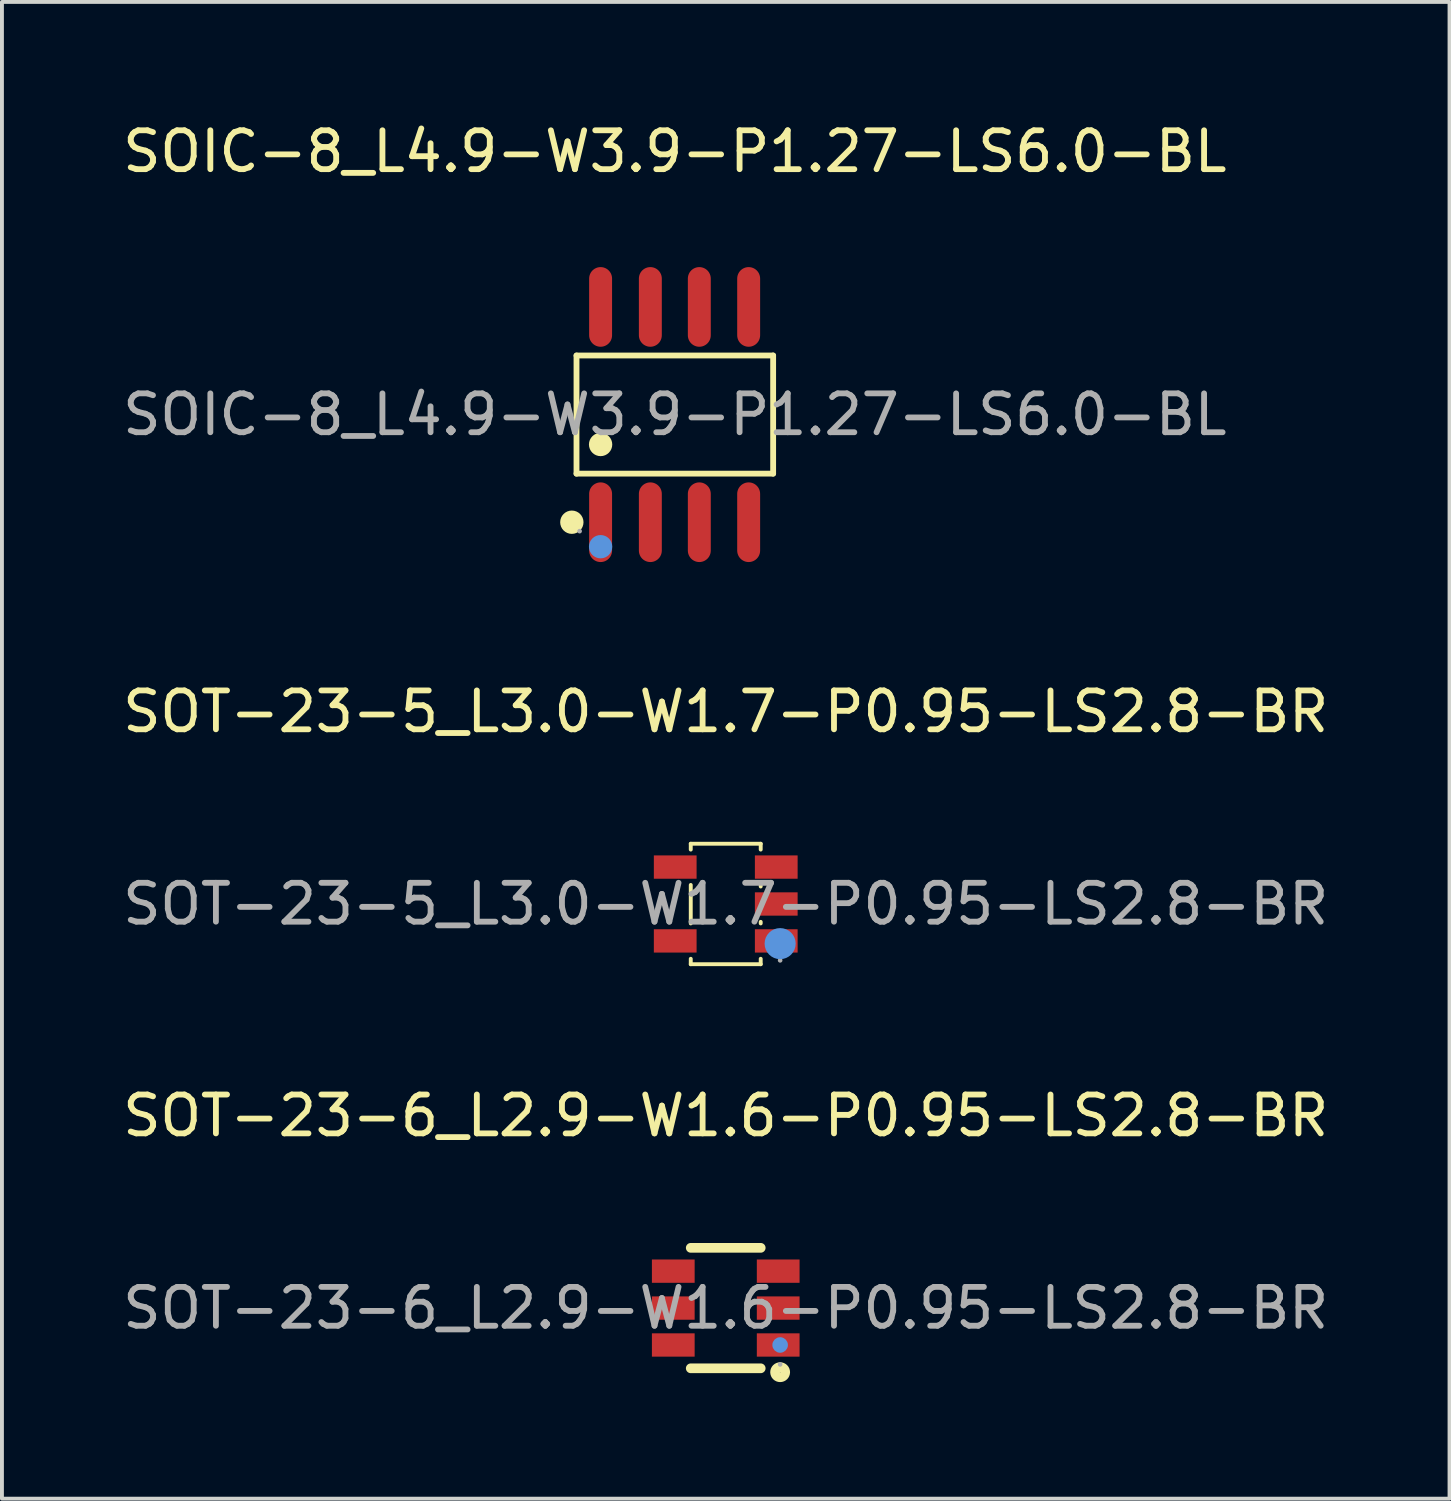
<source format=kicad_pcb>
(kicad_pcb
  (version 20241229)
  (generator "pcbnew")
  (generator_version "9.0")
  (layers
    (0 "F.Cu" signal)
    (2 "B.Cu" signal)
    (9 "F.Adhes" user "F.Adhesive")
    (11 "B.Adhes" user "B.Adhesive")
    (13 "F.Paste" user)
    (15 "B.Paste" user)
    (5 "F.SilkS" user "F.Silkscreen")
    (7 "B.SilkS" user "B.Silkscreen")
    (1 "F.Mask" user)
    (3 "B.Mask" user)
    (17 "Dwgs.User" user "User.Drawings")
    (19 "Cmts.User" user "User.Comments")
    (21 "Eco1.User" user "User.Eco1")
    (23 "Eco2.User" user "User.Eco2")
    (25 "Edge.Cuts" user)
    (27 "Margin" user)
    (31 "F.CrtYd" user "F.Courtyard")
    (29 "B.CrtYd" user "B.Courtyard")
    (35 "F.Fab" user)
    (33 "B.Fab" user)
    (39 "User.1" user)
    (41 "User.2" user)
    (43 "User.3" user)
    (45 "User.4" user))
  (footprint "SOT-23-6_L2.9-W1.6-P0.95-LS2.8-BR"
    (layer "F.Cu")
    (at 15.625 30.61)
    (property "Reference" "SOT-23-6_L2.9-W1.6-P0.95-LS2.8-BR" (at 0 -4.95 0) (layer "F.SilkS") (effects (font (size 1 1) (thickness 0.15))))
    (attr smd)
    (fp_line (start -0.9 -1.55) (end 0.9 -1.55) (stroke (width 0.25) (type solid)) (layer "F.SilkS"))
    (fp_line (start -0.9 1.55) (end 0.9 1.55) (stroke (width 0.25) (type solid)) (layer "F.SilkS"))
    (fp_circle (center 1.4 1.65) (end 1.53 1.65) (stroke (width 0.25) (type solid)) (fill no) (layer "F.SilkS"))
    (fp_circle (center 1.4 0.95) (end 1.5 0.95) (stroke (width 0.2) (type solid)) (fill no) (layer "Cmts.User"))
    (fp_circle (center 1.4 1.45) (end 1.43 1.45) (stroke (width 0.06) (type solid)) (fill no) (layer "F.Fab"))
    (fp_text user "${REFERENCE}" (at 0 0 0) (layer "F.Fab") (effects (font (size 1 1) (thickness 0.15))))
    (pad "1" smd rect (at 1.35 0.95) (size 1.1 0.6) (layers "F.Cu" "F.Mask" "F.Paste"))
    (pad "2" smd rect (at 1.35 0) (size 1.1 0.6) (layers "F.Cu" "F.Mask" "F.Paste"))
    (pad "3" smd rect (at 1.35 -0.95) (size 1.1 0.6) (layers "F.Cu" "F.Mask" "F.Paste"))
    (pad "4" smd rect (at -1.35 -0.95) (size 1.1 0.6) (layers "F.Cu" "F.Mask" "F.Paste"))
    (pad "5" smd rect (at -1.35 0) (size 1.1 0.6) (layers "F.Cu" "F.Mask" "F.Paste"))
    (pad "6" smd rect (at -1.35 0.95) (size 1.1 0.6) (layers "F.Cu" "F.Mask" "F.Paste")))
  (footprint "SOT-23-5_L3.0-W1.7-P0.95-LS2.8-BR"
    (layer "F.Cu")
    (at 15.625 20.212)
    (property "Reference" "SOT-23-5_L3.0-W1.7-P0.95-LS2.8-BR" (at 0 -4.95 0) (layer "F.SilkS") (effects (font (size 1 1) (thickness 0.15))))
    (attr smd)
    (fp_line (start -0.9 -1.55) (end -0.9 -1.4) (stroke (width 0.1) (type solid)) (layer "F.SilkS"))
    (fp_line (start -0.9 -1.55) (end 0.9 -1.55) (stroke (width 0.1) (type solid)) (layer "F.SilkS"))
    (fp_line (start -0.9 -0.49) (end -0.9 0.5) (stroke (width 0.1) (type solid)) (layer "F.SilkS"))
    (fp_line (start -0.9 1.41) (end -0.9 1.55) (stroke (width 0.1) (type solid)) (layer "F.SilkS"))
    (fp_line (start -0.9 1.55) (end 0.9 1.55) (stroke (width 0.1) (type solid)) (layer "F.SilkS"))
    (fp_line (start 0.9 -1.55) (end 0.9 -1.4) (stroke (width 0.1) (type solid)) (layer "F.SilkS"))
    (fp_line (start 0.9 -0.49) (end 0.9 -0.45) (stroke (width 0.1) (type solid)) (layer "F.SilkS"))
    (fp_line (start 0.9 0.46) (end 0.9 0.5) (stroke (width 0.1) (type solid)) (layer "F.SilkS"))
    (fp_line (start 0.9 1.41) (end 0.9 1.55) (stroke (width 0.1) (type solid)) (layer "F.SilkS"))
    (fp_circle (center 1.4 1.02) (end 1.6 1.02) (stroke (width 0.4) (type solid)) (fill no) (layer "Cmts.User"))
    (fp_circle (center 1.4 1.45) (end 1.43 1.45) (stroke (width 0.06) (type solid)) (fill no) (layer "F.Fab"))
    (fp_text user "${REFERENCE}" (at 0 0 0) (layer "F.Fab") (effects (font (size 1 1) (thickness 0.15))))
    (pad "1" smd rect (at 1.3 0.95) (size 1.1 0.6) (layers "F.Cu" "F.Mask" "F.Paste"))
    (pad "2" smd rect (at 1.3 0) (size 1.1 0.6) (layers "F.Cu" "F.Mask" "F.Paste"))
    (pad "3" smd rect (at 1.3 -0.95) (size 1.1 0.6) (layers "F.Cu" "F.Mask" "F.Paste"))
    (pad "4" smd rect (at -1.3 -0.95) (size 1.1 0.6) (layers "F.Cu" "F.Mask" "F.Paste"))
    (pad "5" smd rect (at -1.3 0.95) (size 1.1 0.6) (layers "F.Cu" "F.Mask" "F.Paste")))
  (footprint "SOIC-8_L4.9-W3.9-P1.27-LS6.0-BL"
    (layer "F.Cu")
    (at 14.315 7.618)
    (property "Reference" "SOIC-8_L4.9-W3.9-P1.27-LS6.0-BL" (at 0 -6.77 0) (layer "F.SilkS") (effects (font (size 1 1) (thickness 0.15))))
    (attr smd)
    (fp_line (start -2.53 -1.52) (end 2.53 -1.52) (stroke (width 0.15) (type solid)) (layer "F.SilkS"))
    (fp_line (start -2.53 1.52) (end -2.53 -1.52) (stroke (width 0.15) (type solid)) (layer "F.SilkS"))
    (fp_line (start 2.53 -1.52) (end 2.53 1.52) (stroke (width 0.15) (type solid)) (layer "F.SilkS"))
    (fp_line (start 2.53 1.52) (end -2.53 1.52) (stroke (width 0.15) (type solid)) (layer "F.SilkS"))
    (fp_circle (center -2.65 2.77) (end -2.5 2.77) (stroke (width 0.3) (type solid)) (fill no) (layer "F.SilkS"))
    (fp_circle (center -1.91 0.77) (end -1.76 0.77) (stroke (width 0.3) (type solid)) (fill no) (layer "F.SilkS"))
    (fp_circle (center -1.91 3.4) (end -1.76 3.4) (stroke (width 0.3) (type solid)) (fill no) (layer "Cmts.User"))
    (fp_circle (center -2.45 3) (end -2.42 3) (stroke (width 0.06) (type solid)) (fill no) (layer "F.Fab"))
    (fp_text user "${REFERENCE}" (at 0 0 0) (layer "F.Fab") (effects (font (size 1 1) (thickness 0.15))))
    (pad "1" smd oval (at -1.91 2.77) (size 0.59 2.05) (layers "F.Cu" "F.Mask" "F.Paste"))
    (pad "2" smd oval (at -0.63 2.77) (size 0.59 2.05) (layers "F.Cu" "F.Mask" "F.Paste"))
    (pad "3" smd oval (at 0.63 2.77) (size 0.59 2.05) (layers "F.Cu" "F.Mask" "F.Paste"))
    (pad "4" smd oval (at 1.9 2.77) (size 0.59 2.05) (layers "F.Cu" "F.Mask" "F.Paste"))
    (pad "5" smd oval (at 1.9 -2.77) (size 0.59 2.05) (layers "F.Cu" "F.Mask" "F.Paste"))
    (pad "6" smd oval (at 0.63 -2.77) (size 0.59 2.05) (layers "F.Cu" "F.Mask" "F.Paste"))
    (pad "7" smd oval (at -0.63 -2.77) (size 0.59 2.05) (layers "F.Cu" "F.Mask" "F.Paste"))
    (pad "8" smd oval (at -1.91 -2.77) (size 0.59 2.05) (layers "F.Cu" "F.Mask" "F.Paste")))
  (gr_rect
    (start -3 -3)
    (end 34.25 35.515)
    (stroke (width 0.1) (type default))
    (fill no)
    (layer "Edge.Cuts")))
</source>
